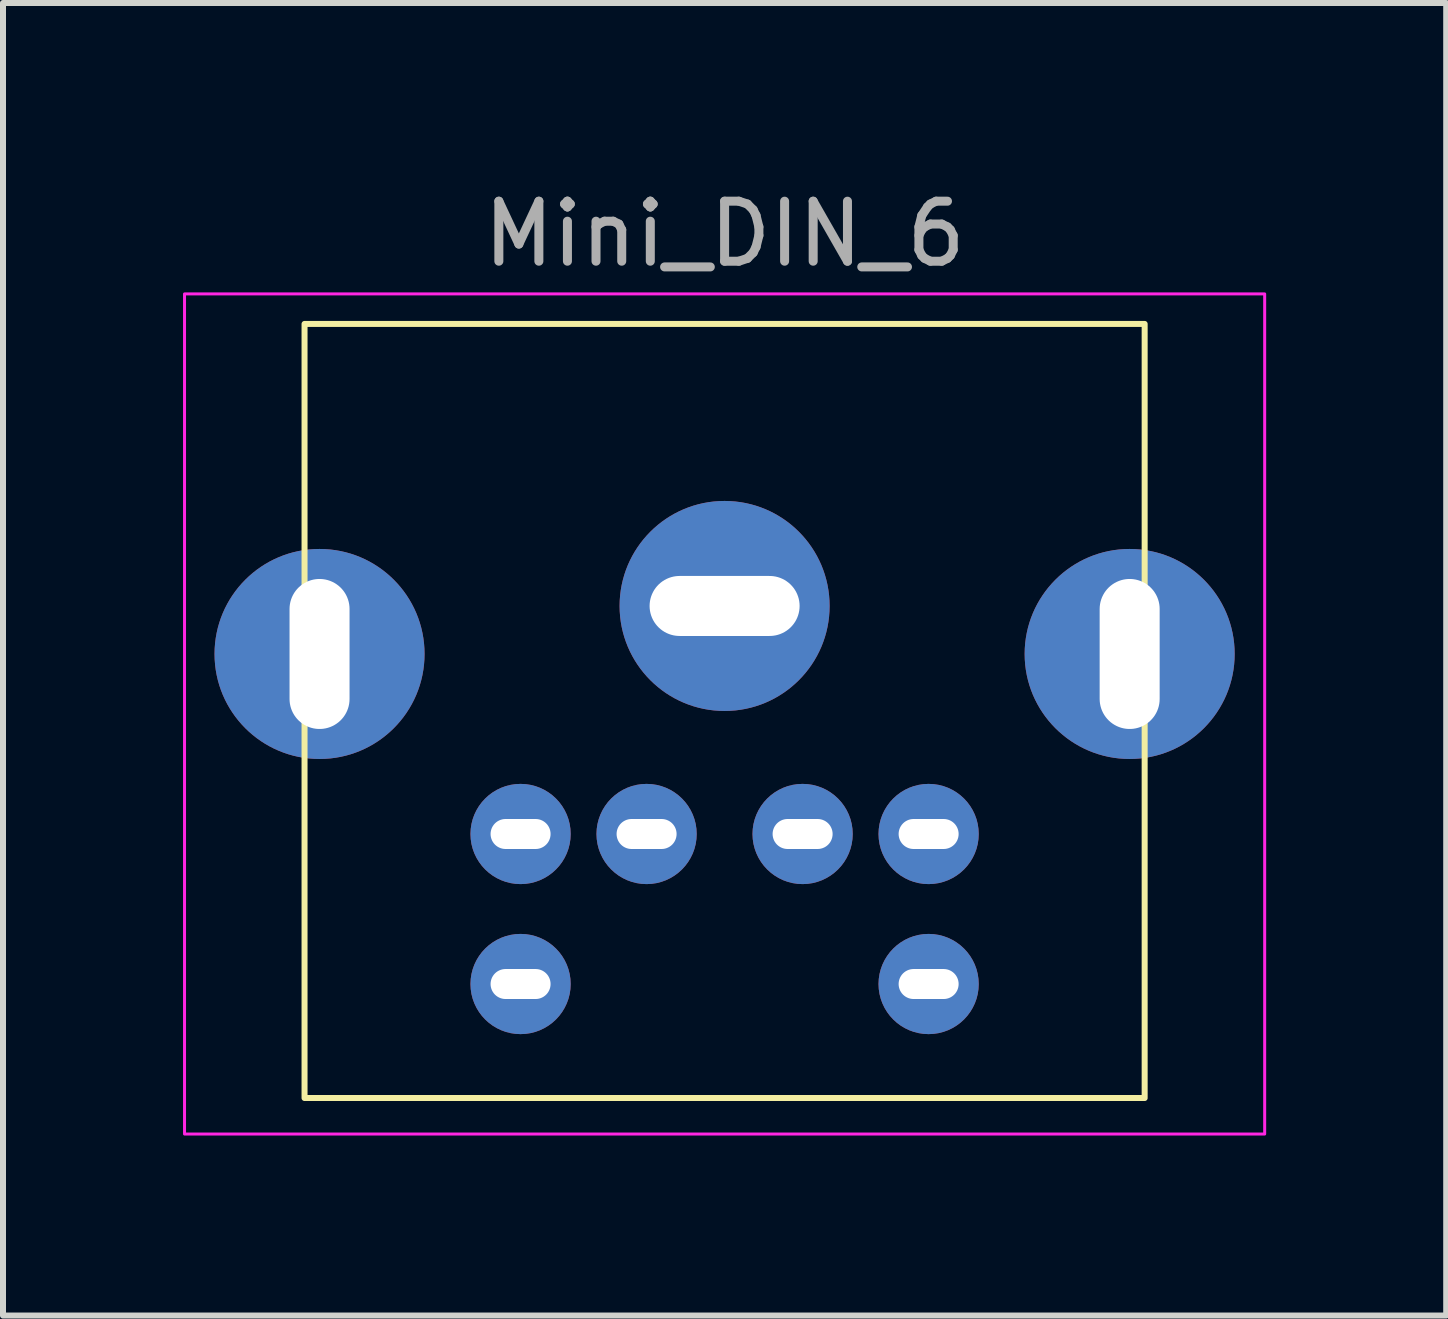
<source format=kicad_pcb>
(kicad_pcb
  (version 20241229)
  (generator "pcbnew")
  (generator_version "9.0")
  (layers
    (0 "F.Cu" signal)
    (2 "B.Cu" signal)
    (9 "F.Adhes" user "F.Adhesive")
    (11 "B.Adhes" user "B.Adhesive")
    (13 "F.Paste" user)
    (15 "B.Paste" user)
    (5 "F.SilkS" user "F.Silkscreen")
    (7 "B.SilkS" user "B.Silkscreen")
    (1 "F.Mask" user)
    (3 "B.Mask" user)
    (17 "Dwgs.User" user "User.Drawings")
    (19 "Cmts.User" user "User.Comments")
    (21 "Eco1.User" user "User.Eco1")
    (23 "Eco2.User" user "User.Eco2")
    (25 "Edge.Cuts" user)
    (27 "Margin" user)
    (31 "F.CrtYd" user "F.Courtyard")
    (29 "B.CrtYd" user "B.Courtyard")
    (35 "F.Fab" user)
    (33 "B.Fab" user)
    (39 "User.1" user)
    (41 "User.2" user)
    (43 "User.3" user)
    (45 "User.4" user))
  (footprint "Mini_DIN_6"
    (layer "F.Cu")
    (at 9.025 2.348)
    (property "Reference" "Mini_DIN_6" (at 0 -1.5 0) (unlocked yes) (layer "F.SilkS") (effects (font (size 1 1) (thickness 0.1))))
    (attr through_hole)
    (fp_rect (start -7 0) (end 7 12.9) (stroke (width 0.1) (type solid)) (fill no) (layer "F.SilkS"))
    (fp_rect (start -9 -0.5) (end 9 13.5) (stroke (width 0.05) (type solid)) (fill no) (layer "F.CrtYd"))
    (fp_text user "${REFERENCE}" (at 0 -1.5 0) (unlocked yes) (layer "F.Fab") (effects (font (size 1 1) (thickness 0.15))))
    (pad "1" thru_hole circle (at 1.3 8.5) (size 1.67 1.67) (drill oval 1 0.5) (layers "*.Cu" "*.Mask"))
    (pad "2" thru_hole circle (at -1.3 8.5) (size 1.67 1.67) (drill oval 1 0.5) (layers "*.Cu" "*.Mask"))
    (pad "3" thru_hole circle (at 3.4 8.5) (size 1.67 1.67) (drill oval 1 0.5) (layers "*.Cu" "*.Mask"))
    (pad "4" thru_hole circle (at -3.4 8.5) (size 1.67 1.67) (drill oval 1 0.5) (layers "*.Cu" "*.Mask"))
    (pad "5" thru_hole circle (at 3.4 11) (size 1.67 1.67) (drill oval 1 0.5) (layers "*.Cu" "*.Mask"))
    (pad "6" thru_hole circle (at -3.4 11) (size 1.67 1.67) (drill oval 1 0.5) (layers "*.Cu" "*.Mask"))
    (pad "A" thru_hole circle (at 0 4.7) (size 3.5 3.5) (drill oval 2.5 1) (layers "*.Cu" "*.Mask"))
    (pad "B" thru_hole circle (at 6.75 5.5 90) (size 3.5 3.5) (drill oval 2.5 1) (layers "*.Cu" "*.Mask"))
    (pad "C" thru_hole circle (at -6.75 5.5 90) (size 3.5 3.5) (drill oval 2.5 1) (layers "*.Cu" "*.Mask")))
  (gr_rect
    (start -3 -3)
    (end 21.05 18.873)
    (stroke (width 0.1) (type default))
    (fill no)
    (layer "Edge.Cuts")))
</source>
